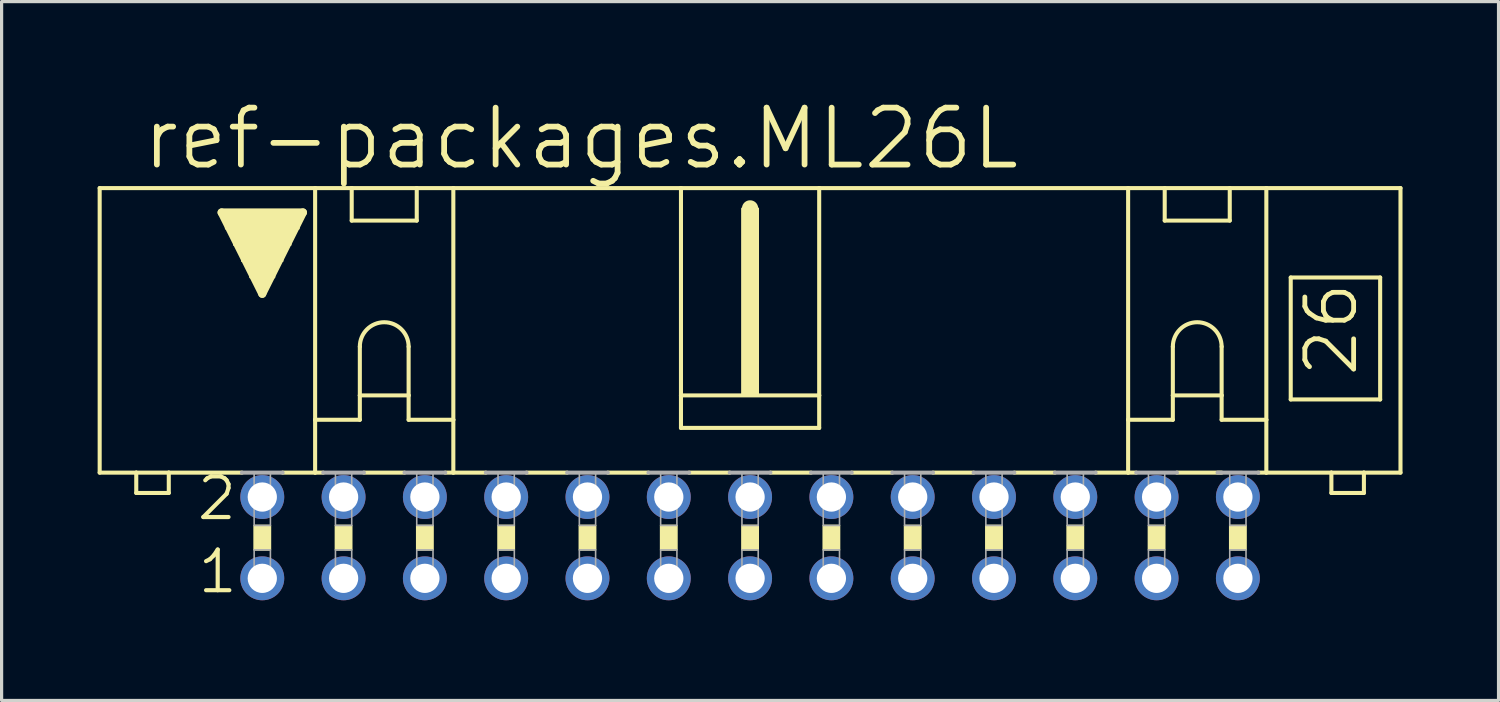
<source format=kicad_pcb>
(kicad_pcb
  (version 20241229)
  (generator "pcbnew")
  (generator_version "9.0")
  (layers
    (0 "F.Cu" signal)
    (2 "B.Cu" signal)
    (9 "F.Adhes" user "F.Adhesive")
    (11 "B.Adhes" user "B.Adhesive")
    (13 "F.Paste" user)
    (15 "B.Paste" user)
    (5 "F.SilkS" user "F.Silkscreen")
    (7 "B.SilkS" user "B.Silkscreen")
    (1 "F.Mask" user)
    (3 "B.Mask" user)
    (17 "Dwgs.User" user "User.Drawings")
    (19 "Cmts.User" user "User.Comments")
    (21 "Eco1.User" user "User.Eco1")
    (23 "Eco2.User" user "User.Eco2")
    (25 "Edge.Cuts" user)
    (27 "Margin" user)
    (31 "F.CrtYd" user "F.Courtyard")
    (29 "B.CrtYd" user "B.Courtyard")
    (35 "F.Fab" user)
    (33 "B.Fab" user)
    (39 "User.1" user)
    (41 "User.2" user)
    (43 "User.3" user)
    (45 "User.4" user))
  (footprint "ref-packages.ML26L"
    (layer "F.Cu")
    (at 20.384 13.748)
    (property "Reference" "ref-packages.ML26L" (at -19.075 -11.43 0) (layer "F.SilkS") (effects (font (size 1.778 1.778) (thickness 0.18)) (justify left bottom)))
    (attr through_hole)
    (fp_line (start -20.32 -2.032) (end -20.32 -10.922) (stroke (width 0.127) (type default)) (layer "F.SilkS"))
    (fp_line (start -20.32 -2.032) (end -19.177 -2.032) (stroke (width 0.127) (type default)) (layer "F.SilkS"))
    (fp_line (start -19.177 -2.032) (end -19.177 -1.397) (stroke (width 0.127) (type default)) (layer "F.SilkS"))
    (fp_line (start -19.177 -2.032) (end -18.161 -2.032) (stroke (width 0.127) (type default)) (layer "F.SilkS"))
    (fp_line (start -18.161 -2.032) (end -15.875 -2.032) (stroke (width 0.127) (type default)) (layer "F.SilkS"))
    (fp_line (start -18.161 -1.397) (end -19.177 -1.397) (stroke (width 0.127) (type default)) (layer "F.SilkS"))
    (fp_line (start -18.161 -1.397) (end -18.161 -2.032) (stroke (width 0.127) (type default)) (layer "F.SilkS"))
    (fp_line (start -16.51 -10.16) (end -13.97 -10.16) (stroke (width 0.254) (type default)) (layer "F.SilkS"))
    (fp_line (start -15.24 -7.62) (end -16.51 -10.16) (stroke (width 0.254) (type default)) (layer "F.SilkS"))
    (fp_line (start -14.605 -2.032) (end -13.589 -2.032) (stroke (width 0.127) (type default)) (layer "F.SilkS"))
    (fp_line (start -13.97 -10.16) (end -15.24 -7.62) (stroke (width 0.254) (type default)) (layer "F.SilkS"))
    (fp_line (start -13.589 -10.922) (end -20.32 -10.922) (stroke (width 0.127) (type default)) (layer "F.SilkS"))
    (fp_line (start -13.589 -10.922) (end -12.446 -10.922) (stroke (width 0.127) (type default)) (layer "F.SilkS"))
    (fp_line (start -13.589 -3.683) (end -13.589 -10.922) (stroke (width 0.127) (type default)) (layer "F.SilkS"))
    (fp_line (start -13.589 -3.683) (end -13.589 -2.032) (stroke (width 0.127) (type default)) (layer "F.SilkS"))
    (fp_line (start -13.589 -3.683) (end -12.192 -3.683) (stroke (width 0.127) (type default)) (layer "F.SilkS"))
    (fp_line (start -13.589 -2.032) (end -13.335 -2.032) (stroke (width 0.127) (type default)) (layer "F.SilkS"))
    (fp_line (start -12.446 -10.922) (end -10.414 -10.922) (stroke (width 0.127) (type default)) (layer "F.SilkS"))
    (fp_line (start -12.446 -9.906) (end -12.446 -10.922) (stroke (width 0.127) (type default)) (layer "F.SilkS"))
    (fp_line (start -12.446 -9.906) (end -10.414 -9.906) (stroke (width 0.127) (type default)) (layer "F.SilkS"))
    (fp_line (start -12.192 -5.969) (end -12.192 -4.445) (stroke (width 0.127) (type default)) (layer "F.SilkS"))
    (fp_line (start -12.192 -4.445) (end -12.192 -3.683) (stroke (width 0.127) (type default)) (layer "F.SilkS"))
    (fp_line (start -12.192 -4.445) (end -10.668 -4.445) (stroke (width 0.127) (type default)) (layer "F.SilkS"))
    (fp_line (start -12.065 -2.032) (end -10.795 -2.032) (stroke (width 0.127) (type default)) (layer "F.SilkS"))
    (fp_line (start -10.668 -5.969) (end -10.668 -4.445) (stroke (width 0.127) (type default)) (layer "F.SilkS"))
    (fp_line (start -10.668 -4.445) (end -10.668 -3.683) (stroke (width 0.127) (type default)) (layer "F.SilkS"))
    (fp_line (start -10.668 -3.683) (end -9.271 -3.683) (stroke (width 0.127) (type default)) (layer "F.SilkS"))
    (fp_line (start -10.414 -10.922) (end -10.414 -9.906) (stroke (width 0.127) (type default)) (layer "F.SilkS"))
    (fp_line (start -10.414 -10.922) (end -9.271 -10.922) (stroke (width 0.127) (type default)) (layer "F.SilkS"))
    (fp_line (start -9.271 -10.922) (end -2.159 -10.922) (stroke (width 0.127) (type default)) (layer "F.SilkS"))
    (fp_line (start -9.271 -3.683) (end -9.271 -10.922) (stroke (width 0.127) (type default)) (layer "F.SilkS"))
    (fp_line (start -9.271 -3.683) (end -9.271 -2.032) (stroke (width 0.127) (type default)) (layer "F.SilkS"))
    (fp_line (start -9.271 -2.032) (end -9.525 -2.032) (stroke (width 0.127) (type default)) (layer "F.SilkS"))
    (fp_line (start -9.271 -2.032) (end -8.255 -2.032) (stroke (width 0.127) (type default)) (layer "F.SilkS"))
    (fp_line (start -6.985 -2.032) (end -5.715 -2.032) (stroke (width 0.127) (type default)) (layer "F.SilkS"))
    (fp_line (start -4.445 -2.032) (end -3.175 -2.032) (stroke (width 0.127) (type default)) (layer "F.SilkS"))
    (fp_line (start -2.159 -10.922) (end -2.159 -4.445) (stroke (width 0.127) (type default)) (layer "F.SilkS"))
    (fp_line (start -2.159 -10.922) (end 2.159 -10.922) (stroke (width 0.127) (type default)) (layer "F.SilkS"))
    (fp_line (start -2.159 -4.445) (end -2.159 -3.429) (stroke (width 0.127) (type default)) (layer "F.SilkS"))
    (fp_line (start -1.905 -2.032) (end -0.635 -2.032) (stroke (width 0.127) (type default)) (layer "F.SilkS"))
    (fp_line (start 0 -10.033) (end 0 -10.287) (stroke (width 0.508) (type default)) (layer "F.SilkS"))
    (fp_line (start 0.635 -2.032) (end 1.905 -2.032) (stroke (width 0.127) (type default)) (layer "F.SilkS"))
    (fp_line (start 2.159 -10.922) (end 2.159 -4.445) (stroke (width 0.127) (type default)) (layer "F.SilkS"))
    (fp_line (start 2.159 -10.922) (end 11.811 -10.922) (stroke (width 0.127) (type default)) (layer "F.SilkS"))
    (fp_line (start 2.159 -4.445) (end -2.159 -4.445) (stroke (width 0.127) (type default)) (layer "F.SilkS"))
    (fp_line (start 2.159 -4.445) (end 2.159 -3.429) (stroke (width 0.127) (type default)) (layer "F.SilkS"))
    (fp_line (start 2.159 -3.429) (end -2.159 -3.429) (stroke (width 0.127) (type default)) (layer "F.SilkS"))
    (fp_line (start 3.175 -2.032) (end 4.445 -2.032) (stroke (width 0.127) (type default)) (layer "F.SilkS"))
    (fp_line (start 5.715 -2.032) (end 6.985 -2.032) (stroke (width 0.127) (type default)) (layer "F.SilkS"))
    (fp_line (start 8.255 -2.032) (end 9.525 -2.032) (stroke (width 0.127) (type default)) (layer "F.SilkS"))
    (fp_line (start 10.795 -2.032) (end 11.811 -2.032) (stroke (width 0.127) (type default)) (layer "F.SilkS"))
    (fp_line (start 11.811 -10.922) (end 16.129 -10.922) (stroke (width 0.127) (type default)) (layer "F.SilkS"))
    (fp_line (start 11.811 -3.683) (end 11.811 -10.922) (stroke (width 0.127) (type default)) (layer "F.SilkS"))
    (fp_line (start 11.811 -3.683) (end 11.811 -2.032) (stroke (width 0.127) (type default)) (layer "F.SilkS"))
    (fp_line (start 11.811 -3.683) (end 13.208 -3.683) (stroke (width 0.127) (type default)) (layer "F.SilkS"))
    (fp_line (start 11.811 -2.032) (end 12.065 -2.032) (stroke (width 0.127) (type default)) (layer "F.SilkS"))
    (fp_line (start 12.954 -9.906) (end 12.954 -10.922) (stroke (width 0.127) (type default)) (layer "F.SilkS"))
    (fp_line (start 12.954 -9.906) (end 14.986 -9.906) (stroke (width 0.127) (type default)) (layer "F.SilkS"))
    (fp_line (start 13.208 -5.969) (end 13.208 -4.445) (stroke (width 0.127) (type default)) (layer "F.SilkS"))
    (fp_line (start 13.208 -4.445) (end 13.208 -3.683) (stroke (width 0.127) (type default)) (layer "F.SilkS"))
    (fp_line (start 13.208 -4.445) (end 14.732 -4.445) (stroke (width 0.127) (type default)) (layer "F.SilkS"))
    (fp_line (start 13.335 -2.032) (end 14.732 -2.032) (stroke (width 0.127) (type default)) (layer "F.SilkS"))
    (fp_line (start 14.732 -5.969) (end 14.732 -4.445) (stroke (width 0.127) (type default)) (layer "F.SilkS"))
    (fp_line (start 14.732 -4.445) (end 14.732 -3.683) (stroke (width 0.127) (type default)) (layer "F.SilkS"))
    (fp_line (start 14.732 -3.683) (end 16.129 -3.683) (stroke (width 0.127) (type default)) (layer "F.SilkS"))
    (fp_line (start 14.986 -10.922) (end 14.986 -9.906) (stroke (width 0.127) (type default)) (layer "F.SilkS"))
    (fp_line (start 16.129 -10.922) (end 20.32 -10.922) (stroke (width 0.127) (type default)) (layer "F.SilkS"))
    (fp_line (start 16.129 -3.683) (end 16.129 -10.922) (stroke (width 0.127) (type default)) (layer "F.SilkS"))
    (fp_line (start 16.129 -3.683) (end 16.129 -2.032) (stroke (width 0.127) (type default)) (layer "F.SilkS"))
    (fp_line (start 16.129 -2.032) (end 15.875 -2.032) (stroke (width 0.127) (type default)) (layer "F.SilkS"))
    (fp_line (start 16.891 -8.128) (end 16.891 -4.318) (stroke (width 0.127) (type default)) (layer "F.SilkS"))
    (fp_line (start 16.891 -8.128) (end 19.685 -8.128) (stroke (width 0.127) (type default)) (layer "F.SilkS"))
    (fp_line (start 16.891 -4.318) (end 19.685 -4.318) (stroke (width 0.127) (type default)) (layer "F.SilkS"))
    (fp_line (start 18.161 -2.032) (end 16.129 -2.032) (stroke (width 0.127) (type default)) (layer "F.SilkS"))
    (fp_line (start 18.161 -2.032) (end 18.161 -1.397) (stroke (width 0.127) (type default)) (layer "F.SilkS"))
    (fp_line (start 19.177 -2.032) (end 18.161 -2.032) (stroke (width 0.127) (type default)) (layer "F.SilkS"))
    (fp_line (start 19.177 -1.397) (end 18.161 -1.397) (stroke (width 0.127) (type default)) (layer "F.SilkS"))
    (fp_line (start 19.177 -1.397) (end 19.177 -2.032) (stroke (width 0.127) (type default)) (layer "F.SilkS"))
    (fp_line (start 19.685 -4.318) (end 19.685 -8.128) (stroke (width 0.127) (type default)) (layer "F.SilkS"))
    (fp_line (start 20.32 -2.032) (end 19.177 -2.032) (stroke (width 0.127) (type default)) (layer "F.SilkS"))
    (fp_line (start 20.32 -2.032) (end 20.32 -10.922) (stroke (width 0.127) (type default)) (layer "F.SilkS"))
    (fp_rect (start -16.383 -9.652) (end -14.097 -10.16) (stroke (width 0.05) (type default)) (fill yes) (layer "F.SilkS"))
    (fp_rect (start -16.129 -9.144) (end -14.351 -9.652) (stroke (width 0.05) (type default)) (fill yes) (layer "F.SilkS"))
    (fp_rect (start -15.875 -8.636) (end -14.605 -9.144) (stroke (width 0.05) (type default)) (fill yes) (layer "F.SilkS"))
    (fp_rect (start -15.621 -8.128) (end -14.859 -8.636) (stroke (width 0.05) (type default)) (fill yes) (layer "F.SilkS"))
    (fp_rect (start -15.494 0.381) (end -14.986 -0.381) (stroke (width 0.05) (type default)) (fill yes) (layer "F.SilkS"))
    (fp_rect (start -15.367 -7.874) (end -15.113 -8.128) (stroke (width 0.05) (type default)) (fill yes) (layer "F.SilkS"))
    (fp_rect (start -12.954 0.381) (end -12.446 -0.381) (stroke (width 0.05) (type default)) (fill yes) (layer "F.SilkS"))
    (fp_rect (start -10.414 0.381) (end -9.906 -0.381) (stroke (width 0.05) (type default)) (fill yes) (layer "F.SilkS"))
    (fp_rect (start -7.874 0.381) (end -7.366 -0.381) (stroke (width 0.05) (type default)) (fill yes) (layer "F.SilkS"))
    (fp_rect (start -5.334 0.381) (end -4.826 -0.381) (stroke (width 0.05) (type default)) (fill yes) (layer "F.SilkS"))
    (fp_rect (start -2.794 0.381) (end -2.286 -0.381) (stroke (width 0.05) (type default)) (fill yes) (layer "F.SilkS"))
    (fp_rect (start -0.254 -4.445) (end 0.254 -10.287) (stroke (width 0.05) (type default)) (fill yes) (layer "F.SilkS"))
    (fp_rect (start -0.254 0.381) (end 0.254 -0.381) (stroke (width 0.05) (type default)) (fill yes) (layer "F.SilkS"))
    (fp_rect (start 2.286 0.381) (end 2.794 -0.381) (stroke (width 0.05) (type default)) (fill yes) (layer "F.SilkS"))
    (fp_rect (start 4.826 0.381) (end 5.334 -0.381) (stroke (width 0.05) (type default)) (fill yes) (layer "F.SilkS"))
    (fp_rect (start 7.366 0.381) (end 7.874 -0.381) (stroke (width 0.05) (type default)) (fill yes) (layer "F.SilkS"))
    (fp_rect (start 9.906 0.381) (end 10.414 -0.381) (stroke (width 0.05) (type default)) (fill yes) (layer "F.SilkS"))
    (fp_rect (start 12.446 0.381) (end 12.954 -0.381) (stroke (width 0.05) (type default)) (fill yes) (layer "F.SilkS"))
    (fp_rect (start 14.986 0.381) (end 15.494 -0.381) (stroke (width 0.05) (type default)) (fill yes) (layer "F.SilkS"))
    (fp_arc (start -12.192 -5.969) (mid -11.43 -6.731) (end -10.668 -5.969) (stroke (width 0.127) (type default)) (layer "F.SilkS"))
    (fp_arc (start 13.208 -5.969) (mid 13.97 -6.731) (end 14.732 -5.969) (stroke (width 0.127) (type default)) (layer "F.SilkS"))
    (fp_line (start -15.875 -2.032) (end -14.605 -2.032) (stroke (width 0.127) (type default)) (layer "F.Fab"))
    (fp_line (start -13.335 -2.032) (end -12.065 -2.032) (stroke (width 0.127) (type default)) (layer "F.Fab"))
    (fp_line (start -10.795 -2.032) (end -9.525 -2.032) (stroke (width 0.127) (type default)) (layer "F.Fab"))
    (fp_line (start -8.255 -2.032) (end -6.985 -2.032) (stroke (width 0.127) (type default)) (layer "F.Fab"))
    (fp_line (start -4.445 -2.032) (end -5.715 -2.032) (stroke (width 0.127) (type default)) (layer "F.Fab"))
    (fp_line (start -1.905 -2.032) (end -3.175 -2.032) (stroke (width 0.127) (type default)) (layer "F.Fab"))
    (fp_line (start 0.635 -2.032) (end -0.635 -2.032) (stroke (width 0.127) (type default)) (layer "F.Fab"))
    (fp_line (start 3.175 -2.032) (end 1.905 -2.032) (stroke (width 0.127) (type default)) (layer "F.Fab"))
    (fp_line (start 5.715 -2.032) (end 4.445 -2.032) (stroke (width 0.127) (type default)) (layer "F.Fab"))
    (fp_line (start 8.255 -2.032) (end 6.985 -2.032) (stroke (width 0.127) (type default)) (layer "F.Fab"))
    (fp_line (start 10.795 -2.032) (end 9.525 -2.032) (stroke (width 0.127) (type default)) (layer "F.Fab"))
    (fp_line (start 13.335 -2.032) (end 12.065 -2.032) (stroke (width 0.127) (type default)) (layer "F.Fab"))
    (fp_line (start 15.875 -2.032) (end 14.605 -2.032) (stroke (width 0.127) (type default)) (layer "F.Fab"))
    (fp_rect (start -15.494 -0.381) (end -14.986 -2.032) (stroke (width 0.05) (type default)) (fill no) (layer "F.Fab"))
    (fp_rect (start -15.494 1.524) (end -14.986 0.381) (stroke (width 0.05) (type default)) (fill no) (layer "F.Fab"))
    (fp_rect (start -12.954 -0.381) (end -12.446 -2.032) (stroke (width 0.05) (type default)) (fill no) (layer "F.Fab"))
    (fp_rect (start -12.954 1.524) (end -12.446 0.381) (stroke (width 0.05) (type default)) (fill no) (layer "F.Fab"))
    (fp_rect (start -10.414 -0.381) (end -9.906 -2.032) (stroke (width 0.05) (type default)) (fill no) (layer "F.Fab"))
    (fp_rect (start -10.414 1.524) (end -9.906 0.381) (stroke (width 0.05) (type default)) (fill no) (layer "F.Fab"))
    (fp_rect (start -7.874 -0.381) (end -7.366 -2.032) (stroke (width 0.05) (type default)) (fill no) (layer "F.Fab"))
    (fp_rect (start -7.874 1.524) (end -7.366 0.381) (stroke (width 0.05) (type default)) (fill no) (layer "F.Fab"))
    (fp_rect (start -5.334 -0.381) (end -4.826 -2.032) (stroke (width 0.05) (type default)) (fill no) (layer "F.Fab"))
    (fp_rect (start -5.334 1.524) (end -4.826 0.381) (stroke (width 0.05) (type default)) (fill no) (layer "F.Fab"))
    (fp_rect (start -2.794 -0.381) (end -2.286 -2.032) (stroke (width 0.05) (type default)) (fill no) (layer "F.Fab"))
    (fp_rect (start -2.794 1.524) (end -2.286 0.381) (stroke (width 0.05) (type default)) (fill no) (layer "F.Fab"))
    (fp_rect (start -0.254 -0.381) (end 0.254 -2.032) (stroke (width 0.05) (type default)) (fill no) (layer "F.Fab"))
    (fp_rect (start -0.254 1.524) (end 0.254 0.381) (stroke (width 0.05) (type default)) (fill no) (layer "F.Fab"))
    (fp_rect (start 2.286 -0.381) (end 2.794 -2.032) (stroke (width 0.05) (type default)) (fill no) (layer "F.Fab"))
    (fp_rect (start 2.286 1.524) (end 2.794 0.381) (stroke (width 0.05) (type default)) (fill no) (layer "F.Fab"))
    (fp_rect (start 4.826 -0.381) (end 5.334 -2.032) (stroke (width 0.05) (type default)) (fill no) (layer "F.Fab"))
    (fp_rect (start 4.826 1.524) (end 5.334 0.381) (stroke (width 0.05) (type default)) (fill no) (layer "F.Fab"))
    (fp_rect (start 7.366 -0.381) (end 7.874 -2.032) (stroke (width 0.05) (type default)) (fill no) (layer "F.Fab"))
    (fp_rect (start 7.366 1.524) (end 7.874 0.381) (stroke (width 0.05) (type default)) (fill no) (layer "F.Fab"))
    (fp_rect (start 9.906 -0.381) (end 10.414 -2.032) (stroke (width 0.05) (type default)) (fill no) (layer "F.Fab"))
    (fp_rect (start 9.906 1.524) (end 10.414 0.381) (stroke (width 0.05) (type default)) (fill no) (layer "F.Fab"))
    (fp_rect (start 12.446 -0.381) (end 12.954 -2.032) (stroke (width 0.05) (type default)) (fill no) (layer "F.Fab"))
    (fp_rect (start 12.446 1.524) (end 12.954 0.381) (stroke (width 0.05) (type default)) (fill no) (layer "F.Fab"))
    (fp_rect (start 14.986 -0.381) (end 15.494 -2.032) (stroke (width 0.05) (type default)) (fill no) (layer "F.Fab"))
    (fp_rect (start 14.986 1.524) (end 15.494 0.381) (stroke (width 0.05) (type default)) (fill no) (layer "F.Fab"))
    (fp_text user "26" (at 19.05 -4.953 90) (layer "F.SilkS") (effects (font (size 1.524 1.524) (thickness 0.15)) (justify left bottom)))
    (fp_text user "1" (at -17.323 1.803 0) (layer "F.SilkS") (effects (font (size 1.27 1.27) (thickness 0.13)) (justify left bottom)))
    (fp_text user "2" (at -17.348 -0.483 0) (layer "F.SilkS") (effects (font (size 1.27 1.27) (thickness 0.13)) (justify left bottom)))
    (pad "1" thru_hole circle (at -15.24 1.27) (size 1.372 1.372) (drill 0.914) (layers "*.Cu" "*.Mask"))
    (pad "2" thru_hole circle (at -15.24 -1.27) (size 1.372 1.372) (drill 0.914) (layers "*.Cu" "*.Mask"))
    (pad "3" thru_hole circle (at -12.7 1.27) (size 1.372 1.372) (drill 0.914) (layers "*.Cu" "*.Mask"))
    (pad "4" thru_hole circle (at -12.7 -1.27) (size 1.372 1.372) (drill 0.914) (layers "*.Cu" "*.Mask"))
    (pad "5" thru_hole circle (at -10.16 1.27) (size 1.372 1.372) (drill 0.914) (layers "*.Cu" "*.Mask"))
    (pad "6" thru_hole circle (at -10.16 -1.27) (size 1.372 1.372) (drill 0.914) (layers "*.Cu" "*.Mask"))
    (pad "7" thru_hole circle (at -7.62 1.27) (size 1.372 1.372) (drill 0.914) (layers "*.Cu" "*.Mask"))
    (pad "8" thru_hole circle (at -7.62 -1.27) (size 1.372 1.372) (drill 0.914) (layers "*.Cu" "*.Mask"))
    (pad "9" thru_hole circle (at -5.08 1.27) (size 1.372 1.372) (drill 0.914) (layers "*.Cu" "*.Mask"))
    (pad "10" thru_hole circle (at -5.08 -1.27) (size 1.372 1.372) (drill 0.914) (layers "*.Cu" "*.Mask"))
    (pad "11" thru_hole circle (at -2.54 1.27) (size 1.372 1.372) (drill 0.914) (layers "*.Cu" "*.Mask"))
    (pad "12" thru_hole circle (at -2.54 -1.27) (size 1.372 1.372) (drill 0.914) (layers "*.Cu" "*.Mask"))
    (pad "13" thru_hole circle (at 0 1.27) (size 1.372 1.372) (drill 0.914) (layers "*.Cu" "*.Mask"))
    (pad "14" thru_hole circle (at 0 -1.27) (size 1.372 1.372) (drill 0.914) (layers "*.Cu" "*.Mask"))
    (pad "15" thru_hole circle (at 2.54 1.27) (size 1.372 1.372) (drill 0.914) (layers "*.Cu" "*.Mask"))
    (pad "16" thru_hole circle (at 2.54 -1.27) (size 1.372 1.372) (drill 0.914) (layers "*.Cu" "*.Mask"))
    (pad "17" thru_hole circle (at 5.08 1.27) (size 1.372 1.372) (drill 0.914) (layers "*.Cu" "*.Mask"))
    (pad "18" thru_hole circle (at 5.08 -1.27) (size 1.372 1.372) (drill 0.914) (layers "*.Cu" "*.Mask"))
    (pad "19" thru_hole circle (at 7.62 1.27) (size 1.372 1.372) (drill 0.914) (layers "*.Cu" "*.Mask"))
    (pad "20" thru_hole circle (at 7.62 -1.27) (size 1.372 1.372) (drill 0.914) (layers "*.Cu" "*.Mask"))
    (pad "21" thru_hole circle (at 10.16 1.27) (size 1.372 1.372) (drill 0.914) (layers "*.Cu" "*.Mask"))
    (pad "22" thru_hole circle (at 10.16 -1.27) (size 1.372 1.372) (drill 0.914) (layers "*.Cu" "*.Mask"))
    (pad "23" thru_hole circle (at 12.7 1.27) (size 1.372 1.372) (drill 0.914) (layers "*.Cu" "*.Mask"))
    (pad "24" thru_hole circle (at 12.7 -1.27) (size 1.372 1.372) (drill 0.914) (layers "*.Cu" "*.Mask"))
    (pad "25" thru_hole circle (at 15.24 1.27) (size 1.372 1.372) (drill 0.914) (layers "*.Cu" "*.Mask"))
    (pad "26" thru_hole circle (at 15.24 -1.27) (size 1.372 1.372) (drill 0.914) (layers "*.Cu" "*.Mask")))
  (gr_rect
    (start -3 -3)
    (end 43.767 18.834)
    (stroke (width 0.1) (type default))
    (fill no)
    (layer "Edge.Cuts")))
</source>
